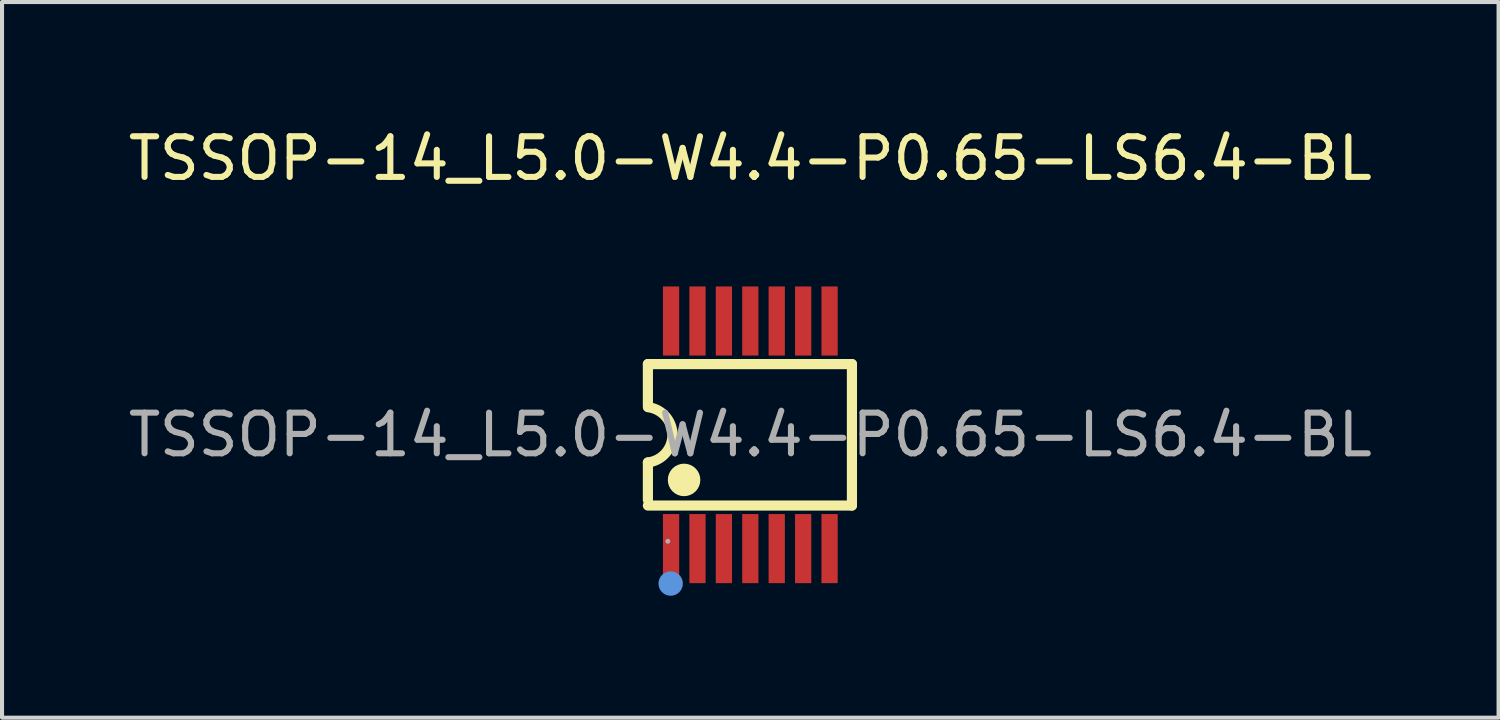
<source format=kicad_pcb>
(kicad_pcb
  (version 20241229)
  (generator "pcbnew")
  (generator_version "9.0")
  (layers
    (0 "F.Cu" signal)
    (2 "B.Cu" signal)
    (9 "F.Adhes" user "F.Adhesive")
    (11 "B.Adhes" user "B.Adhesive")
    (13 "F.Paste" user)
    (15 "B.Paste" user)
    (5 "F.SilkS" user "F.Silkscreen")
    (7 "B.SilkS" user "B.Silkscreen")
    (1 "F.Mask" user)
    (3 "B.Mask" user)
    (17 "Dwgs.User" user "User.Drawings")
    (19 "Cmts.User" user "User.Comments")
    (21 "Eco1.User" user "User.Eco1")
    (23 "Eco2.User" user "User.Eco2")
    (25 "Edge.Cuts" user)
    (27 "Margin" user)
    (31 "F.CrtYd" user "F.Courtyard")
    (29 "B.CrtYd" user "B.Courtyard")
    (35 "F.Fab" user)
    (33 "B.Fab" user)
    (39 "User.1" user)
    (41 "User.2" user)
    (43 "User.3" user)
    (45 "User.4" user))
  (footprint "TSSOP-14_L5.0-W4.4-P0.65-LS6.4-BL"
    (layer "F.Cu")
    (at 15.411 7.648)
    (property "Reference" "TSSOP-14_L5.0-W4.4-P0.65-LS6.4-BL" (at 0 -6.8 0) (layer "F.SilkS") (effects (font (size 1 1) (thickness 0.15))))
    (attr through_hole)
    (fp_line (start -2.52 -1.74) (end 2.5 -1.74) (stroke (width 0.25) (type solid)) (layer "F.SilkS"))
    (fp_line (start -2.52 -0.69) (end -2.52 -1.74) (stroke (width 0.25) (type solid)) (layer "F.SilkS"))
    (fp_line (start -2.52 1.6) (end -2.52 0.68) (stroke (width 0.25) (type solid)) (layer "F.SilkS"))
    (fp_line (start -2.52 1.74) (end 2.5 1.74) (stroke (width 0.25) (type solid)) (layer "F.SilkS"))
    (fp_line (start 2.5 -1.74) (end 2.5 1.74) (stroke (width 0.25) (type solid)) (layer "F.SilkS"))
    (fp_arc (start -2.515488 -0.679454) (mid -1.915314 0.002272) (end -2.52 0.68) (stroke (width 0.25) (type solid)) (layer "F.SilkS"))
    (fp_circle (center -1.63 1.11) (end -1.43 1.11) (stroke (width 0.4) (type solid)) (fill no) (layer "F.SilkS"))
    (fp_circle (center -1.96 3.66) (end -1.81 3.66) (stroke (width 0.3) (type solid)) (fill no) (layer "Cmts.User"))
    (fp_circle (center -2.03 2.62) (end -2 2.62) (stroke (width 0.06) (type solid)) (fill no) (layer "F.Fab"))
    (fp_text user "${REFERENCE}" (at 0 0 0) (layer "F.Fab") (effects (font (size 1 1) (thickness 0.15))))
    (pad "1" smd rect (at -1.95 2.8) (size 0.4 1.7) (layers "F.Cu" "F.Mask" "F.Paste"))
    (pad "2" smd rect (at -1.3 2.8) (size 0.4 1.7) (layers "F.Cu" "F.Mask" "F.Paste"))
    (pad "3" smd rect (at -0.65 2.8) (size 0.4 1.7) (layers "F.Cu" "F.Mask" "F.Paste"))
    (pad "4" smd rect (at 0 2.8) (size 0.4 1.7) (layers "F.Cu" "F.Mask" "F.Paste"))
    (pad "5" smd rect (at 0.65 2.8) (size 0.4 1.7) (layers "F.Cu" "F.Mask" "F.Paste"))
    (pad "6" smd rect (at 1.3 2.8) (size 0.4 1.7) (layers "F.Cu" "F.Mask" "F.Paste"))
    (pad "7" smd rect (at 1.95 2.8) (size 0.4 1.7) (layers "F.Cu" "F.Mask" "F.Paste"))
    (pad "8" smd rect (at 1.95 -2.8) (size 0.4 1.7) (layers "F.Cu" "F.Mask" "F.Paste"))
    (pad "9" smd rect (at 1.3 -2.8) (size 0.4 1.7) (layers "F.Cu" "F.Mask" "F.Paste"))
    (pad "10" smd rect (at 0.65 -2.8) (size 0.4 1.7) (layers "F.Cu" "F.Mask" "F.Paste"))
    (pad "11" smd rect (at 0 -2.8) (size 0.4 1.7) (layers "F.Cu" "F.Mask" "F.Paste"))
    (pad "12" smd rect (at -0.65 -2.8) (size 0.4 1.7) (layers "F.Cu" "F.Mask" "F.Paste"))
    (pad "13" smd rect (at -1.3 -2.8) (size 0.4 1.7) (layers "F.Cu" "F.Mask" "F.Paste"))
    (pad "14" smd rect (at -1.95 -2.8) (size 0.4 1.7) (layers "F.Cu" "F.Mask" "F.Paste")))
  (gr_rect
    (start -3 -3)
    (end 33.821 14.608)
    (stroke (width 0.1) (type default))
    (fill no)
    (layer "Edge.Cuts")))
</source>
